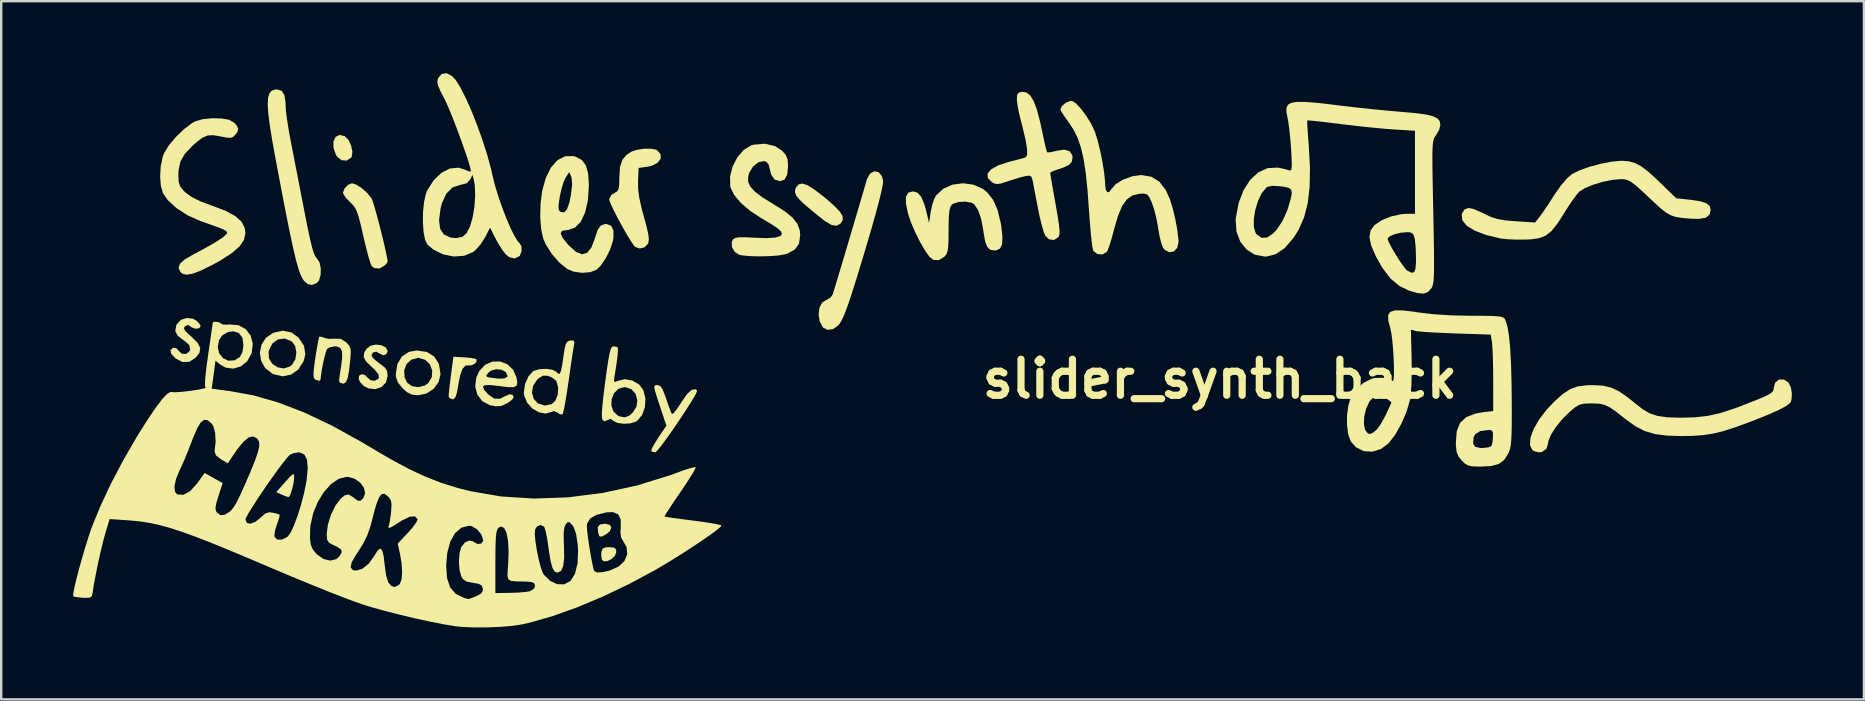
<source format=kicad_pcb>
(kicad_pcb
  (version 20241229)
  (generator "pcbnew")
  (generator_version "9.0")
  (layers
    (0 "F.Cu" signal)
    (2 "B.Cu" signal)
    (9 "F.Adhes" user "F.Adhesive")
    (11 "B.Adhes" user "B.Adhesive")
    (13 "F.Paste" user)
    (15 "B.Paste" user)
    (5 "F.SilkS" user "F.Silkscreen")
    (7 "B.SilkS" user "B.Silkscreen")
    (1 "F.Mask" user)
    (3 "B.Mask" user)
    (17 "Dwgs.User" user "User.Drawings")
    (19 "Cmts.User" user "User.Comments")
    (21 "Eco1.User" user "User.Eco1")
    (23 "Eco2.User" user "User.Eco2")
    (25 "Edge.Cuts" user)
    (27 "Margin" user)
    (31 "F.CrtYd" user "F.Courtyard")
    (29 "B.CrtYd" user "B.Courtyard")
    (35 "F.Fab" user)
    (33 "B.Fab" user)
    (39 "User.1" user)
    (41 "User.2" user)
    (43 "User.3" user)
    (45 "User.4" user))
  (footprint "slider_synth_back"
    (layer "F.Cu")
    (at 47.772 12.738)
    (property "Reference" "slider_synth_back" (at 0 0 0) (layer "F.SilkS") (effects (font (size 1.5 1.5) (thickness 0.3))))
    (attr board_only exclude_from_pos_files exclude_from_bom)
    (fp_poly (pts (xy -25.414 6.08) (xy -25.351 6.2) (xy -25.417 6.353) (xy -25.603 6.494) (xy -25.773 6.572) (xy -25.853 6.551) (xy -25.9 6.414) (xy -25.902 6.408) (xy -25.923 6.179) (xy -25.825 6.062) (xy -25.607 6.031)) (stroke (width 0) (type solid)) (fill yes) (layer "F.SilkS"))
    (fp_poly (pts (xy -25.242 7.025) (xy -25.159 7.096) (xy -25.146 7.215) (xy -25.205 7.372) (xy -25.347 7.506) (xy -25.521 7.589) (xy -25.674 7.595) (xy -25.748 7.525) (xy -25.774 7.345) (xy -25.767 7.206) (xy -25.717 7.07) (xy -25.586 7.015) (xy -25.442 7.008)) (stroke (width 0) (type solid)) (fill yes) (layer "F.SilkS"))
    (fp_poly (pts (xy -38.579 3.974) (xy -38.566 4.065) (xy -38.566 4.08) (xy -38.587 4.297) (xy -38.639 4.543) (xy -38.706 4.764) (xy -38.773 4.902) (xy -38.802 4.923) (xy -38.916 4.889) (xy -39.088 4.817) (xy -39.313 4.715) (xy -38.939 4.292) (xy -38.742 4.074) (xy -38.629 3.973)) (stroke (width 0) (type solid)) (fill yes) (layer "F.SilkS"))
    (fp_poly (pts (xy -36.461 -10.115) (xy -36.452 -10.111) (xy -36.303 -9.959) (xy -36.193 -9.723) (xy -36.141 -9.469) (xy -36.167 -9.262) (xy -36.193 -9.22) (xy -36.385 -9.096) (xy -36.6 -9.116) (xy -36.786 -9.272) (xy -36.828 -9.34) (xy -36.931 -9.639) (xy -36.93 -9.896) (xy -36.842 -10.082) (xy -36.681 -10.165)) (stroke (width 0) (type solid)) (fill yes) (layer "F.SilkS"))
    (fp_poly (pts (xy -31.482 -0.901) (xy -31.219 -0.879) (xy -31.031 -0.846) (xy -30.976 -0.823) (xy -30.966 -0.724) (xy -31.06 -0.62) (xy -31.201 -0.563) (xy -31.272 -0.567) (xy -31.431 -0.555) (xy -31.555 -0.416) (xy -31.655 -0.136) (xy -31.73 0.251) (xy -31.787 0.572) (xy -31.845 0.757) (xy -31.916 0.837) (xy -31.977 0.849) (xy -32.106 0.787) (xy -32.131 0.71) (xy -32.12 0.567) (xy -32.092 0.302) (xy -32.05 -0.035) (xy -32.032 -0.176) (xy -31.933 -0.924)) (stroke (width 0) (type solid)) (fill yes) (layer "F.SilkS"))
    (fp_poly (pts (xy -17.174 -8.068) (xy -16.88 -7.882) (xy -16.489 -7.579) (xy -16.446 -7.544) (xy -16.076 -7.223) (xy -15.837 -6.976) (xy -15.719 -6.782) (xy -15.71 -6.624) (xy -15.798 -6.482) (xy -15.807 -6.473) (xy -15.971 -6.382) (xy -16.178 -6.414) (xy -16.451 -6.577) (xy -16.565 -6.664) (xy -17.006 -7.019) (xy -17.325 -7.291) (xy -17.538 -7.497) (xy -17.66 -7.656) (xy -17.706 -7.786) (xy -17.69 -7.904) (xy -17.656 -7.98) (xy -17.545 -8.11) (xy -17.39 -8.142)) (stroke (width 0) (type solid)) (fill yes) (layer "F.SilkS"))
    (fp_poly (pts (xy -38.678 -1.937) (xy -38.38 -1.719) (xy -38.156 -1.379) (xy -38.101 -1.024) (xy -38.172 -0.744) (xy -38.395 -0.394) (xy -38.698 -0.179) (xy -39.051 -0.11) (xy -39.429 -0.199) (xy -39.48 -0.223) (xy -39.774 -0.454) (xy -39.945 -0.759) (xy -39.996 -1.098) (xy -39.989 -1.131) (xy -39.633 -1.131) (xy -39.615 -0.853) (xy -39.475 -0.63) (xy -39.255 -0.484) (xy -38.998 -0.439) (xy -38.745 -0.518) (xy -38.65 -0.595) (xy -38.515 -0.827) (xy -38.475 -1.11) (xy -38.528 -1.38) (xy -38.669 -1.567) (xy -38.958 -1.684) (xy -39.238 -1.65) (xy -39.47 -1.482) (xy -39.618 -1.198) (xy -39.633 -1.131) (xy -39.989 -1.131) (xy -39.926 -1.432) (xy -39.737 -1.722) (xy -39.435 -1.925) (xy -39.042 -2.011)) (stroke (width 0) (type solid)) (fill yes) (layer "F.SilkS"))
    (fp_poly (pts (xy -35.977 -8.095) (xy -35.746 -7.944) (xy -35.518 -7.743) (xy -35.35 -7.536) (xy -35.339 -7.518) (xy -35.285 -7.376) (xy -35.203 -7.106) (xy -35.103 -6.748) (xy -34.995 -6.338) (xy -34.889 -5.916) (xy -34.795 -5.519) (xy -34.721 -5.186) (xy -34.678 -4.955) (xy -34.671 -4.883) (xy -34.723 -4.808) (xy -34.804 -4.721) (xy -35.011 -4.602) (xy -35.224 -4.617) (xy -35.336 -4.7) (xy -35.388 -4.821) (xy -35.466 -5.074) (xy -35.559 -5.425) (xy -35.66 -5.84) (xy -35.685 -5.952) (xy -35.792 -6.416) (xy -35.878 -6.747) (xy -35.955 -6.977) (xy -36.037 -7.139) (xy -36.137 -7.266) (xy -36.238 -7.365) (xy -36.414 -7.551) (xy -36.52 -7.712) (xy -36.534 -7.763) (xy -36.468 -7.934) (xy -36.319 -8.089) (xy -36.159 -8.155)) (stroke (width 0) (type solid)) (fill yes) (layer "F.SilkS"))
    (fp_poly (pts (xy -33.039 -1.124) (xy -32.728 -0.933) (xy -32.536 -0.623) (xy -32.47 -0.201) (xy -32.47 -0.2) (xy -32.548 0.129) (xy -32.755 0.41) (xy -33.053 0.606) (xy -33.401 0.68) (xy -33.401 0.68) (xy -33.66 0.653) (xy -33.866 0.551) (xy -34.044 0.391) (xy -34.241 0.155) (xy -34.323 -0.071) (xy -34.332 -0.209) (xy -34.309 -0.357) (xy -33.984 -0.357) (xy -33.965 -0.063) (xy -33.862 0.151) (xy -33.666 0.299) (xy -33.401 0.342) (xy -33.131 0.277) (xy -32.978 0.17) (xy -32.83 -0.08) (xy -32.816 -0.355) (xy -32.916 -0.61) (xy -33.113 -0.8) (xy -33.388 -0.878) (xy -33.401 -0.878) (xy -33.684 -0.806) (xy -33.885 -0.618) (xy -33.984 -0.357) (xy -34.309 -0.357) (xy -34.266 -0.621) (xy -34.079 -0.934) (xy -33.787 -1.129) (xy -33.46 -1.187)) (stroke (width 0) (type solid)) (fill yes) (layer "F.SilkS"))
    (fp_poly (pts (xy -42.776 -2.508) (xy -42.622 -2.414) (xy -42.5 -2.281) (xy -42.46 -2.205) (xy -42.526 -2.113) (xy -42.674 -2.091) (xy -42.828 -2.145) (xy -42.857 -2.169) (xy -42.987 -2.253) (xy -43.11 -2.197) (xy -43.16 -2.123) (xy -43.123 -2.027) (xy -42.979 -1.878) (xy -42.847 -1.762) (xy -42.589 -1.505) (xy -42.479 -1.29) (xy -42.513 -1.088) (xy -42.668 -0.888) (xy -42.938 -0.713) (xy -43.225 -0.706) (xy -43.507 -0.856) (xy -43.686 -1.044) (xy -43.719 -1.2) (xy -43.605 -1.304) (xy -43.467 -1.278) (xy -43.387 -1.181) (xy -43.247 -1.052) (xy -43.075 -1.042) (xy -42.937 -1.141) (xy -42.9 -1.243) (xy -42.937 -1.408) (xy -43.112 -1.571) (xy -43.167 -1.606) (xy -43.418 -1.8) (xy -43.519 -1.992) (xy -43.483 -2.217) (xy -43.455 -2.281) (xy -43.285 -2.463) (xy -43.038 -2.542)) (stroke (width 0) (type solid)) (fill yes) (layer "F.SilkS"))
    (fp_poly (pts (xy -34.932 -1.407) (xy -34.75 -1.315) (xy -34.671 -1.163) (xy -34.671 -1.153) (xy -34.735 -1.024) (xy -34.874 -0.988) (xy -35.01 -1.062) (xy -35.148 -1.136) (xy -35.287 -1.101) (xy -35.348 -0.979) (xy -35.283 -0.873) (xy -35.117 -0.724) (xy -35.01 -0.647) (xy -34.796 -0.484) (xy -34.696 -0.334) (xy -34.671 -0.135) (xy -34.671 -0.131) (xy -34.742 0.144) (xy -34.928 0.335) (xy -35.185 0.425) (xy -35.474 0.394) (xy -35.658 0.3) (xy -35.813 0.139) (xy -35.878 0.01) (xy -35.861 -0.138) (xy -35.75 -0.199) (xy -35.608 -0.158) (xy -35.53 -0.074) (xy -35.38 0.054) (xy -35.2 0.075) (xy -35.058 -0.012) (xy -35.035 -0.055) (xy -35.055 -0.195) (xy -35.211 -0.388) (xy -35.336 -0.501) (xy -35.571 -0.731) (xy -35.671 -0.915) (xy -35.647 -1.097) (xy -35.555 -1.255) (xy -35.389 -1.383) (xy -35.163 -1.432)) (stroke (width 0) (type solid)) (fill yes) (layer "F.SilkS"))
    (fp_poly (pts (xy -23.315 0.294) (xy -23.219 0.431) (xy -23.113 0.695) (xy -23.068 0.828) (xy -22.968 1.121) (xy -22.883 1.347) (xy -22.829 1.46) (xy -22.827 1.462) (xy -22.761 1.425) (xy -22.635 1.272) (xy -22.474 1.033) (xy -22.438 0.974) (xy -22.204 0.635) (xy -22.011 0.454) (xy -21.852 0.428) (xy -21.778 0.477) (xy -21.803 0.563) (xy -21.909 0.76) (xy -22.079 1.039) (xy -22.294 1.375) (xy -22.536 1.74) (xy -22.786 2.106) (xy -23.027 2.448) (xy -23.24 2.737) (xy -23.407 2.948) (xy -23.509 3.052) (xy -23.525 3.058) (xy -23.665 3.023) (xy -23.689 3.005) (xy -23.671 2.915) (xy -23.574 2.726) (xy -23.419 2.477) (xy -23.401 2.449) (xy -23.06 1.946) (xy -23.32 1.164) (xy -23.45 0.771) (xy -23.529 0.511) (xy -23.562 0.358) (xy -23.55 0.282) (xy -23.498 0.257) (xy -23.417 0.255)) (stroke (width 0) (type solid)) (fill yes) (layer "F.SilkS"))
    (fp_poly (pts (xy -14.222 -8.617) (xy -14.081 -8.454) (xy -14.028 -8.251) (xy -14.045 -8.088) (xy -14.108 -7.784) (xy -14.213 -7.356) (xy -14.356 -6.824) (xy -14.53 -6.209) (xy -14.652 -5.796) (xy -14.906 -4.945) (xy -15.12 -4.242) (xy -15.299 -3.673) (xy -15.448 -3.221) (xy -15.572 -2.872) (xy -15.677 -2.611) (xy -15.768 -2.421) (xy -15.851 -2.289) (xy -15.899 -2.23) (xy -16.116 -2.078) (xy -16.347 -2.047) (xy -16.534 -2.144) (xy -16.541 -2.153) (xy -16.673 -2.403) (xy -16.717 -2.692) (xy -16.681 -2.97) (xy -16.568 -3.185) (xy -16.418 -3.28) (xy -16.228 -3.386) (xy -16.133 -3.515) (xy -16.097 -3.63) (xy -16.019 -3.883) (xy -15.909 -4.249) (xy -15.773 -4.703) (xy -15.618 -5.221) (xy -15.453 -5.777) (xy -15.284 -6.347) (xy -15.119 -6.906) (xy -14.965 -7.428) (xy -14.83 -7.89) (xy -14.721 -8.265) (xy -14.706 -8.316) (xy -14.578 -8.553) (xy -14.402 -8.652)) (stroke (width 0) (type solid)) (fill yes) (layer "F.SilkS"))
    (fp_poly (pts (xy -23.482 -9.553) (xy -23.446 -9.534) (xy -23.298 -9.362) (xy -23.297 -9.175) (xy -23.426 -9.005) (xy -23.667 -8.881) (xy -23.843 -8.842) (xy -24.215 -8.792) (xy -24.24 -8.25) (xy -24.237 -7.915) (xy -24.19 -7.552) (xy -24.093 -7.113) (xy -24 -6.771) (xy -23.881 -6.336) (xy -23.813 -6.029) (xy -23.791 -5.821) (xy -23.808 -5.678) (xy -23.824 -5.636) (xy -23.968 -5.484) (xy -24.171 -5.435) (xy -24.36 -5.499) (xy -24.403 -5.543) (xy -24.537 -5.739) (xy -24.708 -6.021) (xy -24.898 -6.354) (xy -25.086 -6.7) (xy -25.251 -7.022) (xy -25.376 -7.284) (xy -25.438 -7.448) (xy -25.442 -7.473) (xy -25.366 -7.649) (xy -25.231 -7.746) (xy -25.117 -7.813) (xy -25.053 -7.911) (xy -25.025 -8.087) (xy -25.019 -8.385) (xy -25.019 -8.405) (xy -24.992 -8.826) (xy -24.898 -9.125) (xy -24.719 -9.339) (xy -24.51 -9.472) (xy -24.277 -9.549) (xy -23.983 -9.591) (xy -23.695 -9.593)) (stroke (width 0) (type solid)) (fill yes) (layer "F.SilkS"))
    (fp_poly (pts (xy -29.688 -0.614) (xy -29.445 -0.385) (xy -29.306 -0.07) (xy -29.269 0.149) (xy -29.299 0.282) (xy -29.421 0.342) (xy -29.66 0.341) (xy -30.018 0.297) (xy -30.398 0.253) (xy -30.623 0.26) (xy -30.704 0.325) (xy -30.65 0.455) (xy -30.484 0.641) (xy -30.238 0.816) (xy -29.994 0.826) (xy -29.779 0.717) (xy -29.592 0.636) (xy -29.458 0.669) (xy -29.422 0.768) (xy -29.492 0.872) (xy -29.663 0.995) (xy -29.876 1.099) (xy -29.972 1.129) (xy -30.172 1.137) (xy -30.411 1.095) (xy -30.727 0.926) (xy -30.935 0.654) (xy -31.023 0.315) (xy -30.98 -0.055) (xy -30.942 -0.14) (xy -30.569 -0.14) (xy -30.533 -0.086) (xy -30.423 -0.061) (xy -30.062 -0.013) (xy -29.808 -0.023) (xy -29.684 -0.091) (xy -29.676 -0.124) (xy -29.746 -0.287) (xy -29.922 -0.384) (xy -30.147 -0.407) (xy -30.366 -0.345) (xy -30.474 -0.262) (xy -30.569 -0.14) (xy -30.942 -0.14) (xy -30.861 -0.321) (xy -30.615 -0.588) (xy -30.311 -0.722) (xy -29.989 -0.728)) (stroke (width 0) (type solid)) (fill yes) (layer "F.SilkS"))
    (fp_poly (pts (xy -37.423 -1.756) (xy -37.324 -1.716) (xy -37.133 -1.671) (xy -36.89 -1.677) (xy -36.889 -1.677) (xy -36.637 -1.672) (xy -36.424 -1.546) (xy -36.394 -1.518) (xy -36.279 -1.397) (xy -36.221 -1.272) (xy -36.208 -1.092) (xy -36.229 -0.802) (xy -36.233 -0.756) (xy -36.283 -0.321) (xy -36.339 -0.033) (xy -36.407 0.129) (xy -36.496 0.19) (xy -36.555 0.187) (xy -36.637 0.169) (xy -36.682 0.131) (xy -36.692 0.037) (xy -36.67 -0.15) (xy -36.62 -0.466) (xy -36.615 -0.497) (xy -36.565 -0.894) (xy -36.576 -1.153) (xy -36.652 -1.3) (xy -36.803 -1.356) (xy -36.868 -1.359) (xy -37.075 -1.323) (xy -37.196 -1.25) (xy -37.246 -1.127) (xy -37.309 -0.891) (xy -37.374 -0.596) (xy -37.428 -0.3) (xy -37.46 -0.055) (xy -37.464 0.021) (xy -37.523 0.081) (xy -37.673 0.03) (xy -37.7 0.013) (xy -37.747 -0.051) (xy -37.763 -0.184) (xy -37.747 -0.417) (xy -37.7 -0.779) (xy -37.684 -0.886) (xy -37.627 -1.243) (xy -37.575 -1.531) (xy -37.535 -1.714) (xy -37.519 -1.758)) (stroke (width 0) (type solid)) (fill yes) (layer "F.SilkS"))
    (fp_poly (pts (xy -39.084 -12.002) (xy -38.968 -11.813) (xy -38.923 -11.481) (xy -38.922 -11.381) (xy -38.907 -11.152) (xy -38.862 -10.802) (xy -38.796 -10.379) (xy -38.714 -9.929) (xy -38.708 -9.897) (xy -38.622 -9.461) (xy -38.514 -8.906) (xy -38.392 -8.279) (xy -38.266 -7.628) (xy -38.144 -7.001) (xy -38.138 -6.967) (xy -38.013 -6.335) (xy -37.91 -5.852) (xy -37.825 -5.498) (xy -37.753 -5.256) (xy -37.688 -5.107) (xy -37.626 -5.031) (xy -37.625 -5.03) (xy -37.512 -4.865) (xy -37.458 -4.614) (xy -37.464 -4.342) (xy -37.529 -4.111) (xy -37.629 -3.996) (xy -37.827 -3.916) (xy -37.983 -3.948) (xy -38.081 -4.014) (xy -38.158 -4.089) (xy -38.233 -4.201) (xy -38.308 -4.364) (xy -38.388 -4.59) (xy -38.474 -4.893) (xy -38.571 -5.285) (xy -38.68 -5.778) (xy -38.807 -6.387) (xy -38.952 -7.123) (xy -39.121 -8) (xy -39.315 -9.03) (xy -39.334 -9.132) (xy -39.478 -9.921) (xy -39.581 -10.559) (xy -39.645 -11.062) (xy -39.669 -11.443) (xy -39.653 -11.719) (xy -39.596 -11.904) (xy -39.498 -12.012) (xy -39.359 -12.058) (xy -39.278 -12.063)) (stroke (width 0) (type solid)) (fill yes) (layer "F.SilkS"))
    (fp_poly (pts (xy -25.125 -1.336) (xy -25.088 -1.316) (xy -25.077 -1.21) (xy -25.095 -0.968) (xy -25.139 -0.62) (xy -25.205 -0.196) (xy -25.228 -0.062) (xy -25.244 0.098) (xy -25.192 0.126) (xy -25.108 0.087) (xy -24.799 0.009) (xy -24.475 0.065) (xy -24.192 0.234) (xy -24.019 0.465) (xy -23.933 0.812) (xy -23.954 1.175) (xy -24.072 1.503) (xy -24.273 1.741) (xy -24.337 1.781) (xy -24.566 1.851) (xy -24.845 1.866) (xy -25.102 1.83) (xy -25.269 1.746) (xy -25.274 1.74) (xy -25.39 1.659) (xy -25.499 1.711) (xy -25.634 1.765) (xy -25.713 1.716) (xy -25.743 1.627) (xy -25.748 1.434) (xy -25.726 1.119) (xy -25.725 1.11) (xy -25.352 1.11) (xy -25.267 1.355) (xy -25.078 1.53) (xy -25.019 1.555) (xy -24.794 1.601) (xy -24.609 1.532) (xy -24.465 1.406) (xy -24.304 1.151) (xy -24.269 0.874) (xy -24.345 0.618) (xy -24.519 0.425) (xy -24.775 0.341) (xy -24.807 0.34) (xy -25.06 0.411) (xy -25.24 0.593) (xy -25.34 0.841) (xy -25.352 1.11) (xy -25.725 1.11) (xy -25.678 0.669) (xy -25.61 0.131) (xy -25.535 -0.414) (xy -25.475 -0.811) (xy -25.423 -1.083) (xy -25.375 -1.251) (xy -25.327 -1.336) (xy -25.272 -1.359)) (stroke (width 0) (type solid)) (fill yes) (layer "F.SilkS"))
    (fp_poly (pts (xy -10.267 -8.094) (xy -9.87 -7.916) (xy -9.707 -7.788) (xy -9.448 -7.465) (xy -9.257 -7.03) (xy -9.123 -6.461) (xy -9.105 -6.354) (xy -9.058 -5.91) (xy -9.075 -5.608) (xy -9.163 -5.429) (xy -9.326 -5.356) (xy -9.391 -5.352) (xy -9.567 -5.384) (xy -9.69 -5.499) (xy -9.778 -5.724) (xy -9.843 -6.086) (xy -9.855 -6.175) (xy -9.945 -6.664) (xy -10.074 -7.037) (xy -10.234 -7.274) (xy -10.333 -7.338) (xy -10.593 -7.388) (xy -10.878 -7.374) (xy -11.109 -7.302) (xy -11.17 -7.257) (xy -11.232 -7.157) (xy -11.272 -6.986) (xy -11.295 -6.713) (xy -11.303 -6.308) (xy -11.303 -6.195) (xy -11.306 -5.776) (xy -11.321 -5.491) (xy -11.351 -5.305) (xy -11.402 -5.182) (xy -11.472 -5.097) (xy -11.707 -4.948) (xy -11.936 -4.962) (xy -12.087 -5.076) (xy -12.277 -5.336) (xy -12.49 -5.703) (xy -12.699 -6.124) (xy -12.878 -6.545) (xy -12.989 -6.875) (xy -13.08 -7.301) (xy -13.079 -7.593) (xy -12.982 -7.761) (xy -12.789 -7.815) (xy -12.599 -7.762) (xy -12.444 -7.59) (xy -12.313 -7.28) (xy -12.227 -6.966) (xy -12.116 -6.499) (xy -12.047 -6.966) (xy -11.98 -7.272) (xy -11.884 -7.539) (xy -11.825 -7.645) (xy -11.525 -7.926) (xy -11.137 -8.096) (xy -10.703 -8.153)) (stroke (width 0) (type solid)) (fill yes) (layer "F.SilkS"))
    (fp_poly (pts (xy -26.894 -1.514) (xy -26.913 -1.387) (xy -26.941 -1.22) (xy -26.988 -0.92) (xy -27.046 -0.526) (xy -27.111 -0.074) (xy -27.139 0.127) (xy -27.206 0.576) (xy -27.27 0.965) (xy -27.327 1.263) (xy -27.37 1.439) (xy -27.385 1.471) (xy -27.488 1.476) (xy -27.576 1.415) (xy -27.736 1.338) (xy -27.82 1.366) (xy -28.085 1.443) (xy -28.372 1.389) (xy -28.643 1.23) (xy -28.86 0.991) (xy -28.983 0.7) (xy -28.997 0.573) (xy -28.659 0.573) (xy -28.586 0.829) (xy -28.411 1.019) (xy -28.146 1.103) (xy -28.109 1.104) (xy -27.84 1.05) (xy -27.691 0.916) (xy -27.585 0.656) (xy -27.567 0.357) (xy -27.64 0.102) (xy -27.665 0.063) (xy -27.826 -0.062) (xy -27.999 -0.131) (xy -28.199 -0.137) (xy -28.383 -0.027) (xy -28.444 0.03) (xy -28.615 0.293) (xy -28.659 0.573) (xy -28.997 0.573) (xy -28.998 0.556) (xy -28.946 0.209) (xy -28.81 -0.102) (xy -28.617 -0.315) (xy -28.58 -0.337) (xy -28.349 -0.407) (xy -28.071 -0.422) (xy -27.813 -0.385) (xy -27.646 -0.3) (xy -27.642 -0.295) (xy -27.56 -0.216) (xy -27.498 -0.226) (xy -27.448 -0.344) (xy -27.399 -0.593) (xy -27.352 -0.915) (xy -27.302 -1.248) (xy -27.253 -1.448) (xy -27.191 -1.551) (xy -27.101 -1.593) (xy -27.063 -1.6) (xy -26.927 -1.6)) (stroke (width 0) (type solid)) (fill yes) (layer "F.SilkS"))
    (fp_poly (pts (xy -18.533 -9.702) (xy -18.245 -9.513) (xy -18.084 -9.333) (xy -18.01 -9.142) (xy -17.992 -8.861) (xy -17.992 -8.86) (xy -18.027 -8.51) (xy -18.136 -8.307) (xy -18.323 -8.241) (xy -18.326 -8.241) (xy -18.55 -8.307) (xy -18.692 -8.507) (xy -18.746 -8.72) (xy -18.805 -8.947) (xy -18.907 -9.052) (xy -18.996 -9.075) (xy -19.226 -9.03) (xy -19.442 -8.858) (xy -19.602 -8.6) (xy -19.652 -8.433) (xy -19.654 -8.218) (xy -19.564 -8.013) (xy -19.366 -7.798) (xy -19.044 -7.557) (xy -18.586 -7.275) (xy -18.121 -6.981) (xy -17.798 -6.717) (xy -17.598 -6.459) (xy -17.501 -6.186) (xy -17.484 -5.982) (xy -17.536 -5.636) (xy -17.704 -5.393) (xy -18.01 -5.227) (xy -18.134 -5.188) (xy -18.398 -5.143) (xy -18.766 -5.117) (xy -19.178 -5.108) (xy -19.576 -5.118) (xy -19.898 -5.148) (xy -20.023 -5.173) (xy -20.212 -5.294) (xy -20.326 -5.492) (xy -20.338 -5.703) (xy -20.287 -5.808) (xy -20.201 -5.87) (xy -20.049 -5.901) (xy -19.796 -5.904) (xy -19.436 -5.886) (xy -18.897 -5.867) (xy -18.518 -5.891) (xy -18.302 -5.958) (xy -18.246 -6.045) (xy -18.277 -6.135) (xy -18.386 -6.245) (xy -18.595 -6.392) (xy -18.925 -6.592) (xy -19.092 -6.689) (xy -19.565 -6.999) (xy -19.955 -7.334) (xy -20.237 -7.668) (xy -20.388 -7.977) (xy -20.398 -8.019) (xy -20.407 -8.432) (xy -20.301 -8.851) (xy -20.103 -9.235) (xy -19.836 -9.543) (xy -19.522 -9.734) (xy -19.431 -9.76) (xy -18.952 -9.8)) (stroke (width 0) (type solid)) (fill yes) (layer "F.SilkS"))
    (fp_poly (pts (xy -26.838 -9.259) (xy -26.582 -9.123) (xy -26.413 -8.897) (xy -26.319 -8.559) (xy -26.289 -8.085) (xy -26.289 -8.07) (xy -26.328 -7.451) (xy -26.442 -6.943) (xy -26.623 -6.556) (xy -26.865 -6.306) (xy -27.163 -6.203) (xy -27.212 -6.201) (xy -27.406 -6.17) (xy -27.465 -6.069) (xy -27.39 -5.889) (xy -27.178 -5.621) (xy -27.125 -5.562) (xy -26.828 -5.297) (xy -26.574 -5.194) (xy -26.359 -5.256) (xy -26.179 -5.483) (xy -26.032 -5.877) (xy -26.025 -5.904) (xy -25.921 -6.214) (xy -25.798 -6.386) (xy -25.631 -6.452) (xy -25.556 -6.456) (xy -25.364 -6.386) (xy -25.265 -6.186) (xy -25.266 -5.871) (xy -25.291 -5.738) (xy -25.407 -5.385) (xy -25.586 -5.026) (xy -25.794 -4.722) (xy -25.97 -4.549) (xy -26.233 -4.448) (xy -26.574 -4.422) (xy -26.924 -4.472) (xy -27.183 -4.577) (xy -27.517 -4.846) (xy -27.837 -5.214) (xy -28.091 -5.616) (xy -28.189 -5.844) (xy -28.278 -6.251) (xy -28.316 -6.76) (xy -28.307 -7.107) (xy -27.553 -7.107) (xy -27.519 -7.006) (xy -27.471 -6.964) (xy -27.325 -6.938) (xy -27.202 -7.065) (xy -27.1 -7.35) (xy -27.035 -7.674) (xy -26.986 -8.106) (xy -27.009 -8.386) (xy -27.024 -8.429) (xy -27.108 -8.617) (xy -27.256 -8.39) (xy -27.348 -8.187) (xy -27.438 -7.886) (xy -27.499 -7.602) (xy -27.546 -7.292) (xy -27.553 -7.107) (xy -28.307 -7.107) (xy -28.301 -7.31) (xy -28.236 -7.825) (xy -28.085 -8.376) (xy -27.869 -8.81) (xy -27.598 -9.114) (xy -27.285 -9.277) (xy -26.941 -9.287)) (stroke (width 0) (type solid)) (fill yes) (layer "F.SilkS"))
    (fp_poly (pts (xy -41.6 -10.853) (xy -41.284 -10.8) (xy -41.076 -10.683) (xy -40.964 -10.566) (xy -40.894 -10.417) (xy -40.936 -10.285) (xy -41.002 -10.197) (xy -41.101 -10.091) (xy -41.208 -10.046) (xy -41.377 -10.055) (xy -41.635 -10.105) (xy -41.933 -10.155) (xy -42.161 -10.146) (xy -42.368 -10.063) (xy -42.607 -9.886) (xy -42.812 -9.705) (xy -43.126 -9.374) (xy -43.308 -9.051) (xy -43.385 -8.68) (xy -43.392 -8.488) (xy -43.378 -8.207) (xy -43.315 -8.017) (xy -43.171 -7.841) (xy -43.097 -7.769) (xy -42.834 -7.577) (xy -42.451 -7.39) (xy -41.976 -7.215) (xy -41.421 -7.004) (xy -41.021 -6.787) (xy -40.761 -6.553) (xy -40.626 -6.29) (xy -40.598 -6.069) (xy -40.656 -5.797) (xy -40.84 -5.525) (xy -41.16 -5.244) (xy -41.626 -4.943) (xy -42.017 -4.729) (xy -42.474 -4.508) (xy -42.814 -4.38) (xy -43.059 -4.342) (xy -43.229 -4.389) (xy -43.304 -4.456) (xy -43.384 -4.628) (xy -43.326 -4.799) (xy -43.121 -4.982) (xy -42.799 -5.17) (xy -42.248 -5.465) (xy -41.822 -5.711) (xy -41.529 -5.905) (xy -41.379 -6.039) (xy -41.36 -6.082) (xy -41.368 -6.127) (xy -41.409 -6.172) (xy -41.508 -6.225) (xy -41.689 -6.3) (xy -41.977 -6.405) (xy -42.396 -6.553) (xy -42.478 -6.582) (xy -43.008 -6.817) (xy -43.474 -7.119) (xy -43.839 -7.459) (xy -44.03 -7.736) (xy -44.12 -8.038) (xy -44.151 -8.434) (xy -44.126 -8.861) (xy -44.044 -9.252) (xy -43.985 -9.411) (xy -43.789 -9.731) (xy -43.496 -10.08) (xy -43.156 -10.407) (xy -42.821 -10.659) (xy -42.689 -10.733) (xy -42.39 -10.82) (xy -42.003 -10.861)) (stroke (width 0) (type solid)) (fill yes) (layer "F.SilkS"))
    (fp_poly (pts (xy -8.067 -11.939) (xy -7.906 -11.818) (xy -7.761 -11.584) (xy -7.624 -11.221) (xy -7.49 -10.715) (xy -7.37 -10.157) (xy -7.303 -9.839) (xy -7.244 -9.591) (xy -7.203 -9.455) (xy -7.196 -9.443) (xy -7.097 -9.44) (xy -6.899 -9.481) (xy -6.817 -9.504) (xy -6.492 -9.554) (xy -6.263 -9.49) (xy -6.148 -9.317) (xy -6.138 -9.224) (xy -6.172 -9.045) (xy -6.293 -8.913) (xy -6.534 -8.802) (xy -6.71 -8.745) (xy -6.927 -8.67) (xy -7.055 -8.606) (xy -7.07 -8.588) (xy -7.056 -8.491) (xy -7.017 -8.257) (xy -6.958 -7.917) (xy -6.884 -7.502) (xy -6.846 -7.287) (xy -6.758 -6.784) (xy -6.704 -6.422) (xy -6.68 -6.175) (xy -6.685 -6.018) (xy -6.716 -5.924) (xy -6.729 -5.907) (xy -6.916 -5.788) (xy -7.12 -5.82) (xy -7.274 -5.968) (xy -7.34 -6.127) (xy -7.423 -6.411) (xy -7.511 -6.776) (xy -7.576 -7.093) (xy -7.654 -7.497) (xy -7.723 -7.861) (xy -7.776 -8.139) (xy -7.801 -8.266) (xy -7.851 -8.427) (xy -7.95 -8.473) (xy -8.115 -8.448) (xy -8.349 -8.388) (xy -8.656 -8.294) (xy -8.843 -8.232) (xy -9.114 -8.145) (xy -9.284 -8.118) (xy -9.411 -8.149) (xy -9.499 -8.2) (xy -9.669 -8.373) (xy -9.678 -8.553) (xy -9.535 -8.73) (xy -9.246 -8.894) (xy -8.822 -9.037) (xy -8.797 -9.043) (xy -8.49 -9.122) (xy -8.24 -9.188) (xy -8.099 -9.226) (xy -8.097 -9.227) (xy -8.032 -9.325) (xy -8.03 -9.565) (xy -8.093 -9.951) (xy -8.22 -10.488) (xy -8.276 -10.699) (xy -8.362 -11.052) (xy -8.427 -11.382) (xy -8.458 -11.623) (xy -8.458 -11.638) (xy -8.447 -11.842) (xy -8.373 -11.933) (xy -8.251 -11.961)) (stroke (width 0) (type solid)) (fill yes) (layer "F.SilkS"))
    (fp_poly (pts (xy -6.157 -11.583) (xy -5.994 -11.478) (xy -5.789 -11.26) (xy -5.572 -10.969) (xy -5.371 -10.645) (xy -5.218 -10.328) (xy -5.206 -10.297) (xy -5.096 -9.949) (xy -4.987 -9.507) (xy -4.891 -9.032) (xy -4.82 -8.583) (xy -4.785 -8.221) (xy -4.784 -8.151) (xy -4.758 -7.898) (xy -4.691 -7.777) (xy -4.597 -7.803) (xy -4.532 -7.895) (xy -4.335 -8.118) (xy -4.023 -8.31) (xy -3.652 -8.444) (xy -3.278 -8.495) (xy -3.276 -8.495) (xy -2.862 -8.428) (xy -2.525 -8.223) (xy -2.253 -7.869) (xy -2.085 -7.497) (xy -1.965 -7.11) (xy -1.855 -6.65) (xy -1.771 -6.188) (xy -1.725 -5.795) (xy -1.722 -5.711) (xy -1.776 -5.464) (xy -1.919 -5.313) (xy -2.107 -5.277) (xy -2.294 -5.374) (xy -2.363 -5.458) (xy -2.434 -5.634) (xy -2.508 -5.921) (xy -2.569 -6.259) (xy -2.574 -6.294) (xy -2.642 -6.677) (xy -2.736 -7.055) (xy -2.833 -7.34) (xy -2.94 -7.574) (xy -3.035 -7.69) (xy -3.17 -7.723) (xy -3.356 -7.714) (xy -3.64 -7.648) (xy -3.875 -7.482) (xy -4.074 -7.201) (xy -4.248 -6.784) (xy -4.404 -6.248) (xy -4.502 -5.883) (xy -4.597 -5.574) (xy -4.675 -5.362) (xy -4.71 -5.296) (xy -4.888 -5.19) (xy -5.095 -5.201) (xy -5.257 -5.32) (xy -5.285 -5.373) (xy -5.315 -5.518) (xy -5.351 -5.801) (xy -5.389 -6.19) (xy -5.427 -6.652) (xy -5.455 -7.051) (xy -5.517 -7.892) (xy -5.589 -8.587) (xy -5.677 -9.159) (xy -5.786 -9.632) (xy -5.922 -10.029) (xy -6.09 -10.373) (xy -6.296 -10.688) (xy -6.31 -10.707) (xy -6.482 -10.947) (xy -6.603 -11.136) (xy -6.646 -11.229) (xy -6.576 -11.373) (xy -6.415 -11.509) (xy -6.232 -11.584)) (stroke (width 0) (type solid)) (fill yes) (layer "F.SilkS"))
    (fp_poly (pts (xy 17.031 -9.069) (xy 17.295 -8.996) (xy 17.563 -8.851) (xy 17.869 -8.617) (xy 18.242 -8.276) (xy 18.353 -8.169) (xy 19.011 -7.528) (xy 19.609 -7.464) (xy 20.015 -7.403) (xy 20.274 -7.319) (xy 20.41 -7.199) (xy 20.447 -7.047) (xy 20.399 -6.841) (xy 20.242 -6.717) (xy 19.959 -6.668) (xy 19.619 -6.677) (xy 19.266 -6.708) (xy 19.001 -6.748) (xy 18.784 -6.819) (xy 18.578 -6.938) (xy 18.344 -7.126) (xy 18.042 -7.402) (xy 17.874 -7.56) (xy 17.539 -7.874) (xy 17.296 -8.087) (xy 17.117 -8.22) (xy 16.973 -8.292) (xy 16.834 -8.32) (xy 16.701 -8.325) (xy 16.343 -8.293) (xy 15.937 -8.209) (xy 15.538 -8.089) (xy 15.199 -7.948) (xy 14.974 -7.804) (xy 14.974 -7.804) (xy 14.835 -7.642) (xy 14.645 -7.378) (xy 14.434 -7.058) (xy 14.34 -6.905) (xy 14.063 -6.471) (xy 13.82 -6.169) (xy 13.576 -5.974) (xy 13.295 -5.864) (xy 12.942 -5.815) (xy 12.7 -5.805) (xy 12.325 -5.806) (xy 11.969 -5.822) (xy 11.703 -5.851) (xy 11.684 -5.855) (xy 11.087 -5.999) (xy 10.618 -6.177) (xy 10.287 -6.381) (xy 10.104 -6.606) (xy 10.076 -6.845) (xy 10.105 -6.929) (xy 10.206 -7.073) (xy 10.355 -7.123) (xy 10.578 -7.077) (xy 10.905 -6.935) (xy 11.016 -6.879) (xy 11.301 -6.747) (xy 11.575 -6.66) (xy 11.898 -6.606) (xy 12.324 -6.57) (xy 13.133 -6.518) (xy 13.327 -6.763) (xy 13.461 -6.948) (xy 13.65 -7.227) (xy 13.859 -7.55) (xy 13.929 -7.661) (xy 14.197 -8.047) (xy 14.462 -8.356) (xy 14.664 -8.531) (xy 14.971 -8.687) (xy 15.389 -8.837) (xy 15.859 -8.964) (xy 16.323 -9.054) (xy 16.722 -9.09) (xy 16.739 -9.09)) (stroke (width 0) (type solid)) (fill yes) (layer "F.SilkS"))
    (fp_poly (pts (xy 23.694 0.155) (xy 23.789 0.353) (xy 23.831 0.622) (xy 23.812 0.878) (xy 23.769 0.987) (xy 23.621 1.111) (xy 23.312 1.278) (xy 22.846 1.486) (xy 22.224 1.736) (xy 22.126 1.773) (xy 21.512 1.999) (xy 21.007 2.163) (xy 20.565 2.273) (xy 20.14 2.339) (xy 19.687 2.371) (xy 19.231 2.379) (xy 18.616 2.36) (xy 18.12 2.295) (xy 17.7 2.169) (xy 17.309 1.968) (xy 16.9 1.676) (xy 16.834 1.623) (xy 16.498 1.358) (xy 16.248 1.184) (xy 16.039 1.083) (xy 15.828 1.034) (xy 15.572 1.02) (xy 15.469 1.019) (xy 15.182 1.028) (xy 14.981 1.073) (xy 14.795 1.182) (xy 14.56 1.379) (xy 14.258 1.681) (xy 13.993 2.01) (xy 13.794 2.325) (xy 13.685 2.588) (xy 13.674 2.676) (xy 13.603 2.912) (xy 13.412 3.043) (xy 13.293 3.058) (xy 13.098 3.012) (xy 13.013 2.956) (xy 12.917 2.746) (xy 12.94 2.449) (xy 13.07 2.09) (xy 13.299 1.691) (xy 13.615 1.277) (xy 13.913 0.961) (xy 14.273 0.636) (xy 14.587 0.427) (xy 14.91 0.31) (xy 15.294 0.261) (xy 15.555 0.256) (xy 15.955 0.279) (xy 16.3 0.36) (xy 16.633 0.518) (xy 17.002 0.772) (xy 17.294 1.01) (xy 17.618 1.263) (xy 17.917 1.436) (xy 18.237 1.542) (xy 18.625 1.596) (xy 19.127 1.614) (xy 19.226 1.614) (xy 19.82 1.596) (xy 20.348 1.533) (xy 20.87 1.415) (xy 21.446 1.227) (xy 21.791 1.097) (xy 22.269 0.909) (xy 22.611 0.768) (xy 22.84 0.661) (xy 22.977 0.577) (xy 23.047 0.502) (xy 23.07 0.424) (xy 23.072 0.386) (xy 23.135 0.151) (xy 23.294 0.024) (xy 23.5 0.024)) (stroke (width 0) (type solid)) (fill yes) (layer "F.SilkS"))
    (fp_poly (pts (xy -31.994 -12.623) (xy -31.841 -12.462) (xy -31.642 -12.146) (xy -31.416 -11.701) (xy -31.177 -11.161) (xy -30.94 -10.562) (xy -30.716 -9.939) (xy -30.521 -9.327) (xy -30.368 -8.761) (xy -30.318 -8.536) (xy -30.214 -8.112) (xy -30.072 -7.642) (xy -29.905 -7.158) (xy -29.726 -6.692) (xy -29.547 -6.276) (xy -29.38 -5.94) (xy -29.238 -5.718) (xy -29.17 -5.65) (xy -29.096 -5.52) (xy -29.094 -5.322) (xy -29.16 -5.143) (xy -29.185 -5.114) (xy -29.383 -5.018) (xy -29.61 -5.077) (xy -29.765 -5.203) (xy -29.903 -5.386) (xy -30.069 -5.653) (xy -30.176 -5.849) (xy -30.406 -6.303) (xy -30.617 -5.891) (xy -30.795 -5.613) (xy -31.009 -5.372) (xy -31.111 -5.288) (xy -31.483 -5.132) (xy -31.913 -5.101) (xy -32.354 -5.188) (xy -32.759 -5.383) (xy -33.02 -5.607) (xy -33.114 -5.805) (xy -33.176 -6.125) (xy -33.203 -6.519) (xy -33.202 -6.616) (xy -32.531 -6.616) (xy -32.487 -6.259) (xy -32.333 -6.022) (xy -32.065 -5.895) (xy -31.82 -5.867) (xy -31.553 -5.924) (xy -31.381 -6.077) (xy -31.242 -6.347) (xy -31.131 -6.732) (xy -31.056 -7.183) (xy -31.024 -7.647) (xy -31.042 -8.071) (xy -31.085 -8.308) (xy -31.137 -8.504) (xy -31.234 -8.308) (xy -31.373 -8.155) (xy -31.62 -8.089) (xy -31.643 -8.087) (xy -31.97 -7.979) (xy -32.228 -7.72) (xy -32.413 -7.318) (xy -32.468 -7.1) (xy -32.531 -6.616) (xy -33.202 -6.616) (xy -33.198 -6.943) (xy -33.159 -7.349) (xy -33.086 -7.692) (xy -33.025 -7.85) (xy -32.753 -8.28) (xy -32.429 -8.59) (xy -32.078 -8.768) (xy -31.722 -8.802) (xy -31.458 -8.722) (xy -31.287 -8.65) (xy -31.202 -8.64) (xy -31.2 -8.646) (xy -31.23 -8.8) (xy -31.312 -9.079) (xy -31.434 -9.448) (xy -31.585 -9.874) (xy -31.75 -10.325) (xy -31.92 -10.768) (xy -32.08 -11.168) (xy -32.22 -11.493) (xy -32.312 -11.683) (xy -32.482 -12.01) (xy -32.575 -12.23) (xy -32.604 -12.382) (xy -32.58 -12.505) (xy -32.567 -12.536) (xy -32.418 -12.71) (xy -32.218 -12.738)) (stroke (width 0) (type solid)) (fill yes) (layer "F.SilkS"))
    (fp_poly (pts (xy 8.07 -2.802) (xy 8.247 -2.774) (xy 8.875 -2.699) (xy 9.618 -2.651) (xy 10.423 -2.633) (xy 10.475 -2.633) (xy 10.983 -2.631) (xy 11.347 -2.624) (xy 11.593 -2.609) (xy 11.747 -2.583) (xy 11.835 -2.543) (xy 11.881 -2.486) (xy 11.882 -2.485) (xy 11.97 -2.23) (xy 12.04 -1.834) (xy 12.094 -1.291) (xy 12.131 -0.594) (xy 12.153 0.262) (xy 12.158 0.78) (xy 12.161 1.427) (xy 12.159 1.928) (xy 12.151 2.306) (xy 12.137 2.585) (xy 12.114 2.789) (xy 12.08 2.941) (xy 12.035 3.064) (xy 12.011 3.115) (xy 11.844 3.375) (xy 11.623 3.54) (xy 11.311 3.626) (xy 10.874 3.652) (xy 10.563 3.645) (xy 10.363 3.611) (xy 10.216 3.531) (xy 10.079 3.402) (xy 9.938 3.227) (xy 9.863 3.04) (xy 9.834 2.773) (xy 9.832 2.686) (xy 10.547 2.686) (xy 10.636 2.829) (xy 10.857 2.876) (xy 10.985 2.872) (xy 11.211 2.847) (xy 11.319 2.783) (xy 11.359 2.63) (xy 11.371 2.485) (xy 11.379 2.258) (xy 11.342 2.153) (xy 11.24 2.125) (xy 11.202 2.125) (xy 10.845 2.172) (xy 10.632 2.309) (xy 10.573 2.431) (xy 10.547 2.686) (xy 9.832 2.686) (xy 9.831 2.651) (xy 9.867 2.179) (xy 10.006 1.83) (xy 10.263 1.589) (xy 10.653 1.44) (xy 10.969 1.385) (xy 11.388 1.336) (xy 11.387 0.052) (xy 11.383 -0.425) (xy 11.374 -0.866) (xy 11.36 -1.231) (xy 11.342 -1.481) (xy 11.335 -1.54) (xy 11.284 -1.848) (xy 9.833 -1.896) (xy 9.339 -1.915) (xy 8.892 -1.937) (xy 8.524 -1.96) (xy 8.268 -1.983) (xy 8.17 -1.997) (xy 7.959 -2.051) (xy 7.988 -0.821) (xy 7.992 -0.274) (xy 7.98 0.224) (xy 7.953 0.632) (xy 7.919 0.881) (xy 7.778 1.362) (xy 7.561 1.865) (xy 7.301 2.326) (xy 7.038 2.671) (xy 6.709 2.92) (xy 6.347 3.032) (xy 5.989 3.006) (xy 5.669 2.846) (xy 5.451 2.598) (xy 5.349 2.317) (xy 5.297 1.936) (xy 5.297 1.881) (xy 6 1.881) (xy 6.051 2.124) (xy 6.164 2.27) (xy 6.254 2.294) (xy 6.385 2.236) (xy 6.541 2.103) (xy 6.676 1.919) (xy 6.833 1.649) (xy 6.936 1.444) (xy 7.151 0.977) (xy 6.962 0.83) (xy 6.692 0.693) (xy 6.452 0.722) (xy 6.247 0.917) (xy 6.224 0.953) (xy 6.086 1.256) (xy 6.012 1.579) (xy 6 1.881) (xy 5.297 1.881) (xy 5.297 1.515) (xy 5.349 1.116) (xy 5.423 0.868) (xy 5.659 0.466) (xy 5.973 0.166) (xy 6.335 -0.012) (xy 6.713 -0.051) (xy 6.921 -0.005) (xy 7.107 0.057) (xy 7.207 0.085) (xy 7.209 0.085) (xy 7.239 0.007) (xy 7.252 -0.203) (xy 7.252 -0.506) (xy 7.239 -0.864) (xy 7.216 -1.241) (xy 7.184 -1.598) (xy 7.146 -1.898) (xy 7.103 -2.103) (xy 7.101 -2.109) (xy 7.016 -2.426) (xy 7.007 -2.651) (xy 7.092 -2.791) (xy 7.287 -2.856) (xy 7.607 -2.857)) (stroke (width 0) (type solid)) (fill yes) (layer "F.SilkS"))
    (fp_poly (pts (xy 3.556 -11.542) (xy 4.026 -11.505) (xy 4.639 -11.436) (xy 5.038 -11.386) (xy 5.629 -11.316) (xy 6.294 -11.245) (xy 6.955 -11.18) (xy 7.532 -11.13) (xy 7.578 -11.126) (xy 8.152 -11.076) (xy 8.576 -11.019) (xy 8.872 -10.948) (xy 9.059 -10.859) (xy 9.157 -10.742) (xy 9.186 -10.592) (xy 9.186 -10.586) (xy 9.135 -10.381) (xy 9.01 -10.163) (xy 9.007 -10.158) (xy 8.959 -10.094) (xy 8.922 -10.023) (xy 8.893 -9.928) (xy 8.872 -9.792) (xy 8.859 -9.595) (xy 8.853 -9.32) (xy 8.854 -8.95) (xy 8.86 -8.466) (xy 8.872 -7.85) (xy 8.887 -7.085) (xy 8.89 -6.962) (xy 8.906 -6.161) (xy 8.917 -5.513) (xy 8.922 -5) (xy 8.922 -4.605) (xy 8.915 -4.31) (xy 8.901 -4.098) (xy 8.88 -3.951) (xy 8.852 -3.853) (xy 8.821 -3.792) (xy 8.673 -3.625) (xy 8.488 -3.556) (xy 8.228 -3.578) (xy 7.897 -3.673) (xy 7.478 -3.873) (xy 7.108 -4.185) (xy 6.769 -4.629) (xy 6.498 -5.108) (xy 6.303 -5.557) (xy 6.244 -5.847) (xy 6.985 -5.847) (xy 7.03 -5.714) (xy 7.146 -5.487) (xy 7.307 -5.212) (xy 7.484 -4.932) (xy 7.65 -4.692) (xy 7.777 -4.537) (xy 7.812 -4.508) (xy 7.986 -4.427) (xy 8.093 -4.445) (xy 8.149 -4.583) (xy 8.169 -4.862) (xy 8.17 -5.001) (xy 8.163 -5.345) (xy 8.142 -5.658) (xy 8.117 -5.851) (xy 8.056 -6.037) (xy 7.935 -6.108) (xy 7.791 -6.116) (xy 7.53 -6.091) (xy 7.273 -6.027) (xy 7.074 -5.942) (xy 6.986 -5.854) (xy 6.985 -5.847) (xy 6.244 -5.847) (xy 6.23 -5.911) (xy 6.279 -6.19) (xy 6.441 -6.412) (xy 6.746 -6.615) (xy 7.148 -6.775) (xy 7.577 -6.868) (xy 7.783 -6.881) (xy 8.128 -6.881) (xy 8.128 -8.611) (xy 8.128 -10.341) (xy 7.24 -10.395) (xy 6.825 -10.427) (xy 6.302 -10.476) (xy 5.729 -10.537) (xy 5.165 -10.603) (xy 5.007 -10.623) (xy 4.551 -10.68) (xy 4.159 -10.726) (xy 3.858 -10.757) (xy 3.679 -10.772) (xy 3.64 -10.771) (xy 3.638 -10.682) (xy 3.649 -10.458) (xy 3.671 -10.133) (xy 3.7 -9.769) (xy 3.753 -8.822) (xy 3.74 -8.013) (xy 3.659 -7.321) (xy 3.505 -6.725) (xy 3.275 -6.206) (xy 3.069 -5.879) (xy 2.702 -5.454) (xy 2.324 -5.196) (xy 1.929 -5.098) (xy 1.881 -5.097) (xy 1.463 -5.174) (xy 1.113 -5.389) (xy 0.85 -5.719) (xy 0.692 -6.138) (xy 0.657 -6.622) (xy 0.66 -6.655) (xy 1.413 -6.655) (xy 1.417 -6.319) (xy 1.494 -6.071) (xy 1.525 -6.03) (xy 1.737 -5.881) (xy 1.967 -5.892) (xy 2.222 -6.066) (xy 2.366 -6.219) (xy 2.604 -6.573) (xy 2.8 -7.005) (xy 2.838 -7.12) (xy 2.949 -7.495) (xy 2.997 -7.739) (xy 2.971 -7.886) (xy 2.862 -7.965) (xy 2.658 -8.009) (xy 2.536 -8.025) (xy 2.196 -8.047) (xy 1.988 -8.008) (xy 1.937 -7.976) (xy 1.744 -7.742) (xy 1.586 -7.413) (xy 1.473 -7.035) (xy 1.413 -6.655) (xy 0.66 -6.655) (xy 0.663 -6.697) (xy 0.781 -7.327) (xy 0.986 -7.865) (xy 1.263 -8.297) (xy 1.601 -8.608) (xy 1.986 -8.783) (xy 2.405 -8.806) (xy 2.467 -8.796) (xy 2.706 -8.744) (xy 2.885 -8.693) (xy 2.894 -8.69) (xy 2.95 -8.686) (xy 2.983 -8.745) (xy 2.996 -8.894) (xy 2.99 -9.159) (xy 2.968 -9.566) (xy 2.935 -9.994) (xy 2.892 -10.405) (xy 2.846 -10.74) (xy 2.817 -10.89) (xy 2.773 -11.12) (xy 2.774 -11.298) (xy 2.837 -11.425) (xy 2.977 -11.506) (xy 3.211 -11.543)) (stroke (width 0) (type solid)) (fill yes) (layer "F.SilkS"))
    (fp_poly (pts (xy -41.746 -2.371) (xy -41.632 -2.33) (xy -41.614 -2.304) (xy -41.539 -2.267) (xy -41.351 -2.262) (xy -41.25 -2.271) (xy -40.882 -2.239) (xy -40.584 -2.074) (xy -40.379 -1.806) (xy -40.29 -1.464) (xy -40.338 -1.079) (xy -40.343 -1.063) (xy -40.522 -0.739) (xy -40.787 -0.523) (xy -41.1 -0.429) (xy -41.423 -0.473) (xy -41.633 -0.592) (xy -41.845 -0.759) (xy -41.923 -0.176) (xy -42.002 0.407) (xy -41.262 0.502) (xy -40.263 0.684) (xy -39.231 0.98) (xy -38.151 1.395) (xy -37.009 1.936) (xy -35.79 2.609) (xy -35.391 2.846) (xy -34.546 3.342) (xy -33.796 3.744) (xy -33.106 4.067) (xy -32.443 4.326) (xy -31.77 4.537) (xy -31.234 4.674) (xy -29.943 4.896) (xy -28.58 4.982) (xy -27.166 4.933) (xy -25.727 4.751) (xy -24.286 4.439) (xy -22.868 3.999) (xy -22.583 3.894) (xy -22.267 3.78) (xy -22.013 3.702) (xy -21.861 3.671) (xy -21.837 3.674) (xy -21.865 3.757) (xy -21.976 3.952) (xy -22.153 4.234) (xy -22.38 4.576) (xy -22.477 4.717) (xy -22.72 5.073) (xy -22.922 5.376) (xy -23.066 5.6) (xy -23.136 5.72) (xy -23.139 5.733) (xy -23.051 5.75) (xy -22.825 5.784) (xy -22.495 5.829) (xy -22.091 5.882) (xy -21.971 5.897) (xy -21.548 5.953) (xy -21.186 6.009) (xy -20.918 6.058) (xy -20.778 6.095) (xy -20.766 6.102) (xy -20.81 6.168) (xy -20.977 6.307) (xy -21.245 6.504) (xy -21.592 6.745) (xy -21.995 7.013) (xy -22.432 7.295) (xy -22.882 7.576) (xy -23.323 7.84) (xy -23.553 7.973) (xy -24.623 8.549) (xy -25.71 9.067) (xy -26.78 9.515) (xy -27.802 9.881) (xy -28.745 10.151) (xy -29.101 10.231) (xy -29.499 10.289) (xy -30.008 10.329) (xy -30.568 10.35) (xy -31.121 10.35) (xy -31.609 10.327) (xy -31.835 10.304) (xy -32.319 10.225) (xy -32.917 10.107) (xy -33.579 9.962) (xy -34.256 9.8) (xy -34.902 9.633) (xy -35.465 9.473) (xy -35.729 9.39) (xy -36.082 9.266) (xy -36.561 9.084) (xy -37.137 8.859) (xy -37.781 8.599) (xy -38.465 8.318) (xy -39.16 8.027) (xy -39.497 7.884) (xy -39.57 7.853) (xy -36.214 7.853) (xy -36.119 7.965) (xy -35.986 7.985) (xy -35.722 7.907) (xy -35.457 7.692) (xy -35.227 7.37) (xy -35.219 7.356) (xy -35.081 7.136) (xy -34.976 7.064) (xy -34.897 7.145) (xy -34.838 7.385) (xy -34.798 7.733) (xy -34.738 8.179) (xy -34.647 8.471) (xy -34.518 8.628) (xy -34.379 8.665) (xy -34.236 8.605) (xy -34.163 8.537) (xy -34.09 8.345) (xy -34.068 8.031) (xy -34.086 7.782) (xy -32.234 7.782) (xy -32.197 8.3) (xy -32.067 8.685) (xy -31.832 8.955) (xy -31.482 9.125) (xy -31.303 9.17) (xy -31.217 9.143) (xy -31.035 9.072) (xy -30.979 9.049) (xy -30.777 8.939) (xy -30.705 8.816) (xy -30.707 8.73) (xy -30.754 8.604) (xy -30.88 8.534) (xy -31.113 8.495) (xy -31.379 8.442) (xy -31.535 8.339) (xy -31.599 8.24) (xy -31.676 7.967) (xy -31.703 7.614) (xy -31.703 7.613) (xy -30.184 7.613) (xy -30.184 8.92) (xy -29.57 8.911) (xy -29.232 8.899) (xy -28.936 8.875) (xy -28.745 8.844) (xy -28.744 8.844) (xy -28.571 8.735) (xy -28.533 8.619) (xy -28.558 8.518) (xy -28.66 8.465) (xy -28.881 8.443) (xy -28.956 8.441) (xy -29.314 8.433) (xy -29.534 8.412) (xy -29.646 8.346) (xy -29.681 8.203) (xy -29.669 7.952) (xy -29.65 7.709) (xy -29.632 7.182) (xy -29.656 6.746) (xy -29.711 6.46) (xy -28.542 6.46) (xy -28.516 6.759) (xy -28.46 7.12) (xy -28.384 7.493) (xy -28.298 7.828) (xy -28.211 8.074) (xy -28.168 8.151) (xy -27.904 8.411) (xy -27.608 8.55) (xy -27.316 8.557) (xy -27.067 8.425) (xy -27.055 8.415) (xy -26.868 8.116) (xy -26.761 7.688) (xy -26.738 7.153) (xy -26.754 6.905) (xy -26.819 6.464) (xy -26.92 6.175) (xy -26.944 6.14) (xy -26.373 6.14) (xy -26.36 6.334) (xy -26.323 6.628) (xy -26.272 6.976) (xy -26.213 7.333) (xy -26.153 7.654) (xy -26.102 7.893) (xy -26.066 8.003) (xy -25.94 8.064) (xy -25.681 8.043) (xy -25.41 7.978) (xy -25.05 7.816) (xy -24.805 7.582) (xy -24.69 7.302) (xy -24.717 7.005) (xy -24.843 6.784) (xy -24.948 6.601) (xy -24.974 6.369) (xy -24.96 6.196) (xy -24.962 5.851) (xy -25.07 5.637) (xy -25.291 5.546) (xy -25.55 5.558) (xy -25.97 5.661) (xy -26.237 5.815) (xy -26.361 6.027) (xy -26.373 6.14) (xy -26.944 6.14) (xy -26.973 6.096) (xy -27.095 5.969) (xy -27.174 5.968) (xy -27.252 6.054) (xy -27.311 6.187) (xy -27.338 6.411) (xy -27.335 6.757) (xy -27.326 6.953) (xy -27.317 7.453) (xy -27.359 7.8) (xy -27.453 8.003) (xy -27.602 8.07) (xy -27.606 8.07) (xy -27.715 8.025) (xy -27.804 7.876) (xy -27.88 7.604) (xy -27.95 7.189) (xy -27.978 6.975) (xy -28.029 6.634) (xy -28.087 6.352) (xy -28.143 6.177) (xy -28.158 6.152) (xy -28.302 6.08) (xy -28.45 6.144) (xy -28.529 6.274) (xy -28.542 6.46) (xy -29.711 6.46) (xy -29.719 6.417) (xy -29.816 6.212) (xy -29.942 6.146) (xy -30.053 6.198) (xy -30.105 6.269) (xy -30.141 6.399) (xy -30.165 6.613) (xy -30.178 6.936) (xy -30.183 7.395) (xy -30.184 7.613) (xy -31.703 7.613) (xy -31.677 7.261) (xy -31.61 7.014) (xy -31.467 6.825) (xy -31.285 6.734) (xy -31.116 6.765) (xy -31.09 6.788) (xy -30.928 6.875) (xy -30.774 6.859) (xy -30.693 6.748) (xy -30.692 6.722) (xy -30.763 6.483) (xy -30.941 6.268) (xy -31.168 6.135) (xy -31.279 6.116) (xy -31.599 6.196) (xy -31.863 6.422) (xy -32.063 6.78) (xy -32.19 7.253) (xy -32.234 7.782) (xy -34.086 7.782) (xy -34.097 7.639) (xy -34.162 7.266) (xy -34.253 6.86) (xy -33.821 6.402) (xy -33.616 6.167) (xy -33.474 5.969) (xy -33.421 5.847) (xy -33.423 5.839) (xy -33.535 5.723) (xy -33.751 5.74) (xy -34.068 5.891) (xy -34.225 5.991) (xy -34.476 6.15) (xy -34.61 6.211) (xy -34.643 6.179) (xy -34.633 6.147) (xy -34.59 5.975) (xy -34.547 5.706) (xy -34.527 5.522) (xy -34.51 5.237) (xy -34.536 5.06) (xy -34.618 4.935) (xy -34.664 4.89) (xy -34.805 4.783) (xy -34.902 4.793) (xy -34.979 4.859) (xy -35.059 5.002) (xy -35.155 5.261) (xy -35.249 5.589) (xy -35.272 5.687) (xy -35.394 6.157) (xy -35.526 6.529) (xy -35.699 6.874) (xy -35.946 7.262) (xy -35.992 7.33) (xy -36.171 7.641) (xy -36.214 7.853) (xy -39.57 7.853) (xy -40.488 7.462) (xy -41.341 7.105) (xy -42.074 6.807) (xy -42.704 6.563) (xy -43.247 6.366) (xy -43.721 6.212) (xy -44.143 6.095) (xy -44.528 6.009) (xy -44.895 5.948) (xy -45.26 5.907) (xy -45.479 5.89) (xy -45.987 5.855) (xy -40.598 5.855) (xy -40.541 5.997) (xy -40.394 6.03) (xy -40.193 5.959) (xy -39.973 5.787) (xy -39.96 5.774) (xy -39.774 5.608) (xy -39.611 5.554) (xy -39.457 5.571) (xy -39.268 5.618) (xy -39.171 5.654) (xy -39.171 5.654) (xy -39.18 5.742) (xy -39.239 5.934) (xy -39.287 6.066) (xy -39.364 6.319) (xy -39.391 6.521) (xy -39.383 6.58) (xy -39.264 6.692) (xy -39.071 6.691) (xy -38.954 6.632) (xy -37.908 6.632) (xy -37.876 6.902) (xy -37.789 7.106) (xy -37.634 7.293) (xy -37.628 7.299) (xy -37.352 7.497) (xy -37.067 7.568) (xy -36.814 7.509) (xy -36.669 7.377) (xy -36.585 7.215) (xy -36.617 7.097) (xy -36.784 6.987) (xy -36.92 6.926) (xy -37.112 6.826) (xy -37.194 6.698) (xy -37.211 6.471) (xy -37.211 6.471) (xy -37.163 6.072) (xy -37.034 5.658) (xy -36.848 5.278) (xy -36.627 4.982) (xy -36.453 4.844) (xy -36.294 4.816) (xy -36.115 4.923) (xy -36.108 4.93) (xy -35.929 5.065) (xy -35.81 5.08) (xy -35.696 4.981) (xy -35.69 4.973) (xy -35.609 4.762) (xy -35.66 4.532) (xy -35.817 4.317) (xy -36.05 4.154) (xy -36.334 4.079) (xy -36.381 4.078) (xy -36.707 4.158) (xy -37.029 4.379) (xy -37.328 4.711) (xy -37.584 5.126) (xy -37.776 5.596) (xy -37.885 6.091) (xy -37.899 6.244) (xy -37.908 6.632) (xy -38.954 6.632) (xy -38.853 6.579) (xy -38.832 6.562) (xy -38.712 6.396) (xy -38.574 6.1) (xy -38.428 5.711) (xy -38.287 5.265) (xy -38.164 4.8) (xy -38.071 4.353) (xy -38.049 4.218) (xy -38.002 3.721) (xy -38.031 3.368) (xy -38.14 3.151) (xy -38.331 3.062) (xy -38.39 3.058) (xy -38.614 3.097) (xy -38.751 3.164) (xy -38.871 3.292) (xy -39.056 3.525) (xy -39.288 3.836) (xy -39.546 4.198) (xy -39.813 4.582) (xy -40.068 4.961) (xy -40.292 5.307) (xy -40.468 5.591) (xy -40.574 5.786) (xy -40.598 5.855) (xy -45.987 5.855) (xy -46.255 5.837) (xy -46.432 6.423) (xy -46.526 6.766) (xy -46.633 7.213) (xy -46.743 7.708) (xy -46.843 8.198) (xy -46.922 8.627) (xy -46.965 8.92) (xy -46.998 9.052) (xy -47.086 9.11) (xy -47.28 9.118) (xy -47.36 9.115) (xy -47.594 9.096) (xy -47.747 9.068) (xy -47.771 9.056) (xy -47.772 8.955) (xy -47.73 8.722) (xy -47.652 8.388) (xy -47.548 7.984) (xy -47.426 7.539) (xy -47.292 7.083) (xy -47.157 6.648) (xy -47.028 6.263) (xy -46.985 6.143) (xy -46.634 5.286) (xy -46.251 4.472) (xy -43.554 4.472) (xy -43.533 4.7) (xy -43.434 4.811) (xy -43.173 4.825) (xy -42.897 4.671) (xy -42.611 4.354) (xy -42.599 4.337) (xy -42.297 3.916) (xy -41.922 4.127) (xy -41.546 4.337) (xy -41.722 4.881) (xy -41.814 5.188) (xy -41.846 5.38) (xy -41.824 5.502) (xy -41.788 5.558) (xy -41.636 5.676) (xy -41.458 5.656) (xy -41.293 5.559) (xy -41.188 5.469) (xy -41.084 5.339) (xy -40.967 5.144) (xy -40.826 4.862) (xy -40.648 4.47) (xy -40.422 3.945) (xy -40.395 3.883) (xy -40.198 3.399) (xy -40.074 3.042) (xy -40.02 2.788) (xy -40.03 2.613) (xy -40.101 2.492) (xy -40.128 2.467) (xy -40.286 2.394) (xy -40.462 2.437) (xy -40.67 2.605) (xy -40.922 2.91) (xy -41.197 3.31) (xy -41.331 3.515) (xy -41.621 3.343) (xy -41.829 3.179) (xy -41.882 3.019) (xy -41.88 3.008) (xy -41.839 2.619) (xy -41.857 2.257) (xy -41.929 1.976) (xy -41.993 1.871) (xy -42.16 1.726) (xy -42.309 1.699) (xy -42.452 1.801) (xy -42.602 2.044) (xy -42.772 2.438) (xy -42.833 2.598) (xy -42.987 2.995) (xy -43.151 3.391) (xy -43.298 3.718) (xy -43.337 3.799) (xy -43.487 4.161) (xy -43.554 4.472) (xy -46.251 4.472) (xy -46.193 4.349) (xy -45.685 3.382) (xy -45.134 2.43) (xy -45.04 2.277) (xy -44.639 1.645) (xy -44.309 1.16) (xy -44.048 0.818) (xy -43.849 0.613) (xy -43.711 0.54) (xy -43.677 0.545) (xy -43.542 0.554) (xy -43.288 0.54) (xy -42.963 0.505) (xy -42.866 0.492) (xy -42.562 0.444) (xy -42.347 0.402) (xy -42.255 0.371) (xy -42.259 0.365) (xy -42.284 0.268) (xy -42.275 0.012) (xy -42.233 -0.397) (xy -42.158 -0.954) (xy -42.152 -1) (xy -42.106 -1.316) (xy -41.753 -1.316) (xy -41.684 -1.057) (xy -41.523 -0.862) (xy -41.302 -0.76) (xy -41.051 -0.777) (xy -40.837 -0.905) (xy -40.725 -1.102) (xy -40.681 -1.384) (xy -40.715 -1.676) (xy -40.736 -1.741) (xy -40.879 -1.919) (xy -41.097 -1.986) (xy -41.34 -1.949) (xy -41.56 -1.815) (xy -41.697 -1.616) (xy -41.753 -1.316) (xy -42.106 -1.316) (xy -42.086 -1.455) (xy -42.029 -1.846) (xy -41.985 -2.144) (xy -41.96 -2.321) (xy -41.955 -2.357) (xy -41.884 -2.385)) (stroke (width 0) (type solid)) (fill yes) (layer "F.SilkS")))
  (gr_rect
    (start -3 -3)
    (end 74.603 26.088)
    (stroke (width 0.1) (type default))
    (fill no)
    (layer "Edge.Cuts")))
</source>
